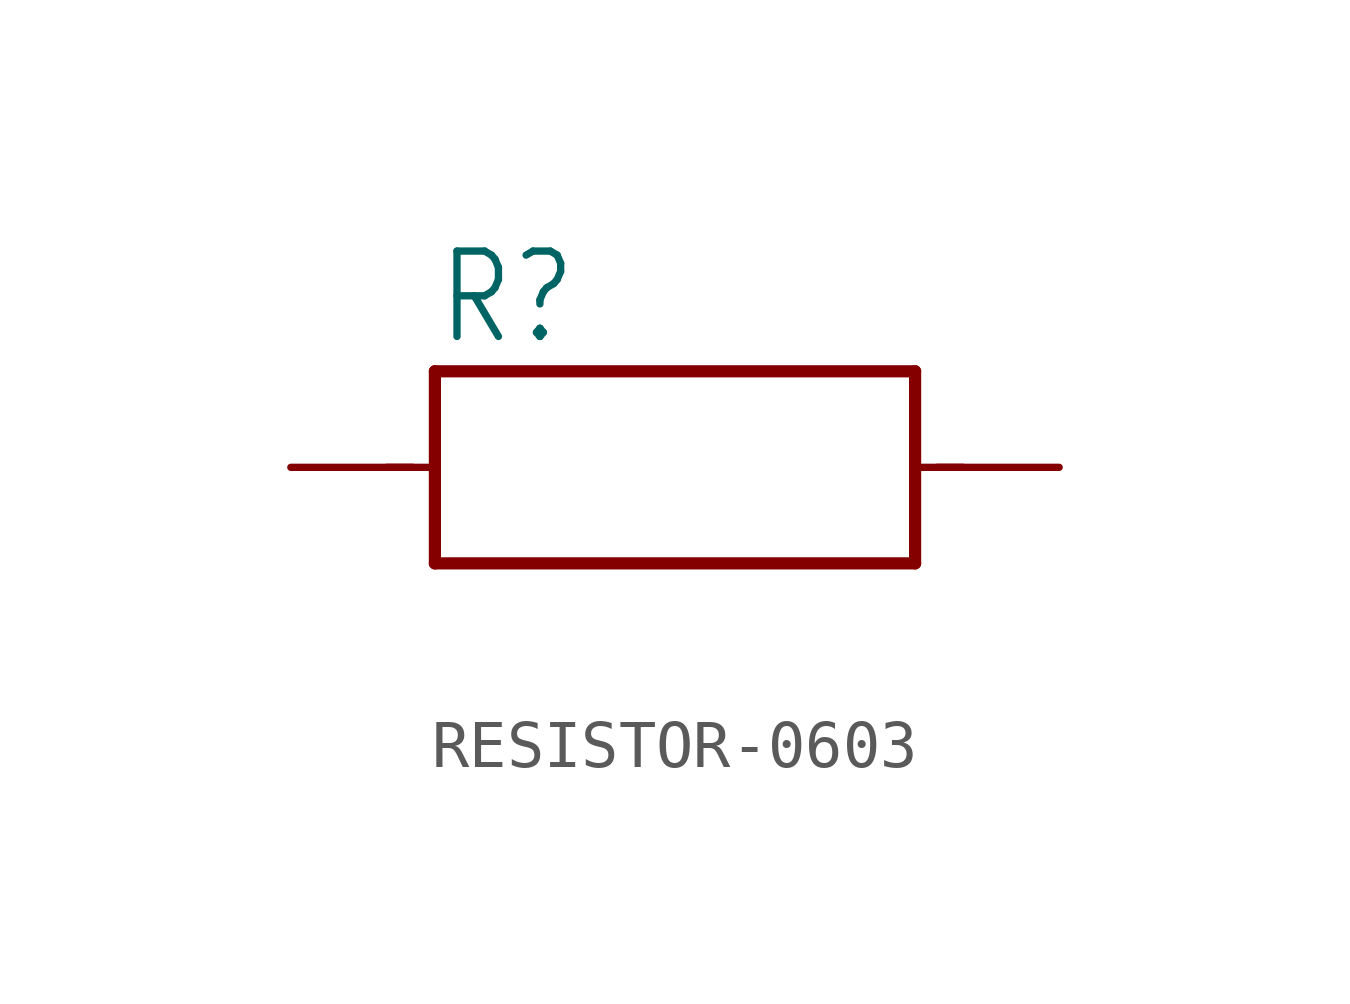
<source format=kicad_sym>
(kicad_symbol_lib
  (version 20231120)
  (generator "kicad_symbol_editor")
  (generator_version "8.0")
  (symbol "RESISTOR-0603"
    (property "Reference" "R"
      (at -5 2.5 0)
      (effects (font (size 1.778 1.511)) (justify left bottom)))
    (property "Value" ""
      (at -5 -4 0)
      (effects (font (size 1.778 1.511)) (justify left bottom)))
    (property "ki_locked" ""
      (at 0 0 0)
      (effects (font (size 1.27 1.27))))
    (symbol "RESISTOR-0603_1_0"
      (polyline (pts (xy -6 0) (xy -5 0)) (stroke (width 0.152) (type solid)) (fill (type none)))
      (polyline (pts (xy -5 -2) (xy 5 -2)) (stroke (width 0.254) (type solid)) (fill (type none)))
      (polyline (pts (xy -5 0) (xy -5 -2)) (stroke (width 0.254) (type solid)) (fill (type none)))
      (polyline (pts (xy -5 2) (xy -5 0)) (stroke (width 0.254) (type solid)) (fill (type none)))
      (polyline (pts (xy 5 -2) (xy 5 0)) (stroke (width 0.254) (type solid)) (fill (type none)))
      (polyline (pts (xy 5 0) (xy 5 2)) (stroke (width 0.254) (type solid)) (fill (type none)))
      (polyline (pts (xy 5 2) (xy -5 2)) (stroke (width 0.254) (type solid)) (fill (type none)))
      (polyline (pts (xy 6 0) (xy 5 0)) (stroke (width 0.152) (type solid)) (fill (type none)))
      (pin bidirectional line (at -8 0 0) (length 2.54) (name "1" (effects (font (size 0 0)))) (number "1" (effects (font (size 0 0)))))
      (pin bidirectional line (at 8 0 180) (length 2.54) (name "2" (effects (font (size 0 0)))) (number "2" (effects (font (size 0 0))))))))
</source>
